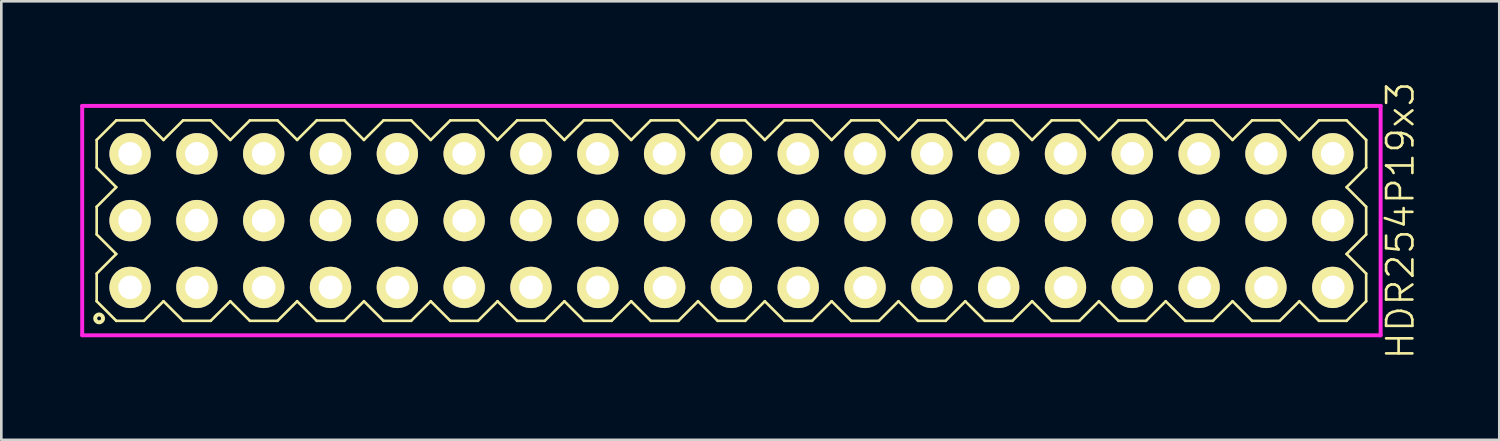
<source format=kicad_pcb>
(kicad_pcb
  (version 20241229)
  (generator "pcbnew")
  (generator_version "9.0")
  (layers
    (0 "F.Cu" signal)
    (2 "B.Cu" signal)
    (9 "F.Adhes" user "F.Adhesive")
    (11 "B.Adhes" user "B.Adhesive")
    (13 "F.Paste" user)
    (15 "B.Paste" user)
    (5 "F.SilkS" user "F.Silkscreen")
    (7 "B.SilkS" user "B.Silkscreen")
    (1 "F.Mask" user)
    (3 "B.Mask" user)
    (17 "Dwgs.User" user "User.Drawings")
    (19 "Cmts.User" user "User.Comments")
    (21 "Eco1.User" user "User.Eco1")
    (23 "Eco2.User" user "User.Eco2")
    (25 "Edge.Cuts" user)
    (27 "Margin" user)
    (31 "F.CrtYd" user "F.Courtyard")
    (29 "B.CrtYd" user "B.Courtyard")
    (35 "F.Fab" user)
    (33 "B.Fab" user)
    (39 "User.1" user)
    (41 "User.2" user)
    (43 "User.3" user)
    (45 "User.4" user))
  (footprint "HDR254P19x3"
    (layer "F.Cu")
    (at 24.755 5.336)
    (property "Reference" "HDR254P19x3" (at 25.43 0 90) (layer "F.SilkS") (effects (font (size 1 1) (thickness 0.1))))
    (attr through_hole)
    (fp_line (start -24.13 -3.066) (end -23.386 -3.81) (stroke (width 0.1) (type solid)) (layer "F.SilkS"))
    (fp_line (start -24.13 -2.014) (end -24.13 -3.066) (stroke (width 0.1) (type solid)) (layer "F.SilkS"))
    (fp_line (start -24.13 -0.526) (end -23.386 -1.27) (stroke (width 0.1) (type solid)) (layer "F.SilkS"))
    (fp_line (start -24.13 0.526) (end -24.13 -0.526) (stroke (width 0.1) (type solid)) (layer "F.SilkS"))
    (fp_line (start -24.13 2.014) (end -23.386 1.27) (stroke (width 0.1) (type solid)) (layer "F.SilkS"))
    (fp_line (start -24.13 3.066) (end -24.13 2.014) (stroke (width 0.1) (type solid)) (layer "F.SilkS"))
    (fp_line (start -23.386 -3.81) (end -22.334 -3.81) (stroke (width 0.1) (type solid)) (layer "F.SilkS"))
    (fp_line (start -23.386 -1.27) (end -24.13 -2.014) (stroke (width 0.1) (type solid)) (layer "F.SilkS"))
    (fp_line (start -23.386 1.27) (end -24.13 0.526) (stroke (width 0.1) (type solid)) (layer "F.SilkS"))
    (fp_line (start -23.386 3.81) (end -24.13 3.066) (stroke (width 0.1) (type solid)) (layer "F.SilkS"))
    (fp_line (start -22.334 -3.81) (end -21.59 -3.066) (stroke (width 0.1) (type solid)) (layer "F.SilkS"))
    (fp_line (start -22.334 3.81) (end -23.386 3.81) (stroke (width 0.1) (type solid)) (layer "F.SilkS"))
    (fp_line (start -21.59 -3.066) (end -20.846 -3.81) (stroke (width 0.1) (type solid)) (layer "F.SilkS"))
    (fp_line (start -21.59 3.066) (end -22.334 3.81) (stroke (width 0.1) (type solid)) (layer "F.SilkS"))
    (fp_line (start -20.846 -3.81) (end -19.794 -3.81) (stroke (width 0.1) (type solid)) (layer "F.SilkS"))
    (fp_line (start -20.846 3.81) (end -21.59 3.066) (stroke (width 0.1) (type solid)) (layer "F.SilkS"))
    (fp_line (start -19.794 -3.81) (end -19.05 -3.066) (stroke (width 0.1) (type solid)) (layer "F.SilkS"))
    (fp_line (start -19.794 3.81) (end -20.846 3.81) (stroke (width 0.1) (type solid)) (layer "F.SilkS"))
    (fp_line (start -19.05 -3.066) (end -18.306 -3.81) (stroke (width 0.1) (type solid)) (layer "F.SilkS"))
    (fp_line (start -19.05 3.066) (end -19.794 3.81) (stroke (width 0.1) (type solid)) (layer "F.SilkS"))
    (fp_line (start -18.306 -3.81) (end -17.254 -3.81) (stroke (width 0.1) (type solid)) (layer "F.SilkS"))
    (fp_line (start -18.306 3.81) (end -19.05 3.066) (stroke (width 0.1) (type solid)) (layer "F.SilkS"))
    (fp_line (start -17.254 -3.81) (end -16.51 -3.066) (stroke (width 0.1) (type solid)) (layer "F.SilkS"))
    (fp_line (start -17.254 3.81) (end -18.306 3.81) (stroke (width 0.1) (type solid)) (layer "F.SilkS"))
    (fp_line (start -16.51 -3.066) (end -15.766 -3.81) (stroke (width 0.1) (type solid)) (layer "F.SilkS"))
    (fp_line (start -16.51 3.066) (end -17.254 3.81) (stroke (width 0.1) (type solid)) (layer "F.SilkS"))
    (fp_line (start -15.766 -3.81) (end -14.714 -3.81) (stroke (width 0.1) (type solid)) (layer "F.SilkS"))
    (fp_line (start -15.766 3.81) (end -16.51 3.066) (stroke (width 0.1) (type solid)) (layer "F.SilkS"))
    (fp_line (start -14.714 -3.81) (end -13.97 -3.066) (stroke (width 0.1) (type solid)) (layer "F.SilkS"))
    (fp_line (start -14.714 3.81) (end -15.766 3.81) (stroke (width 0.1) (type solid)) (layer "F.SilkS"))
    (fp_line (start -13.97 -3.066) (end -13.226 -3.81) (stroke (width 0.1) (type solid)) (layer "F.SilkS"))
    (fp_line (start -13.97 3.066) (end -14.714 3.81) (stroke (width 0.1) (type solid)) (layer "F.SilkS"))
    (fp_line (start -13.226 -3.81) (end -12.174 -3.81) (stroke (width 0.1) (type solid)) (layer "F.SilkS"))
    (fp_line (start -13.226 3.81) (end -13.97 3.066) (stroke (width 0.1) (type solid)) (layer "F.SilkS"))
    (fp_line (start -12.174 -3.81) (end -11.43 -3.066) (stroke (width 0.1) (type solid)) (layer "F.SilkS"))
    (fp_line (start -12.174 3.81) (end -13.226 3.81) (stroke (width 0.1) (type solid)) (layer "F.SilkS"))
    (fp_line (start -11.43 -3.066) (end -10.686 -3.81) (stroke (width 0.1) (type solid)) (layer "F.SilkS"))
    (fp_line (start -11.43 3.066) (end -12.174 3.81) (stroke (width 0.1) (type solid)) (layer "F.SilkS"))
    (fp_line (start -10.686 -3.81) (end -9.634 -3.81) (stroke (width 0.1) (type solid)) (layer "F.SilkS"))
    (fp_line (start -10.686 3.81) (end -11.43 3.066) (stroke (width 0.1) (type solid)) (layer "F.SilkS"))
    (fp_line (start -9.634 -3.81) (end -8.89 -3.066) (stroke (width 0.1) (type solid)) (layer "F.SilkS"))
    (fp_line (start -9.634 3.81) (end -10.686 3.81) (stroke (width 0.1) (type solid)) (layer "F.SilkS"))
    (fp_line (start -8.89 -3.066) (end -8.146 -3.81) (stroke (width 0.1) (type solid)) (layer "F.SilkS"))
    (fp_line (start -8.89 3.066) (end -9.634 3.81) (stroke (width 0.1) (type solid)) (layer "F.SilkS"))
    (fp_line (start -8.146 -3.81) (end -7.094 -3.81) (stroke (width 0.1) (type solid)) (layer "F.SilkS"))
    (fp_line (start -8.146 3.81) (end -8.89 3.066) (stroke (width 0.1) (type solid)) (layer "F.SilkS"))
    (fp_line (start -7.094 -3.81) (end -6.35 -3.066) (stroke (width 0.1) (type solid)) (layer "F.SilkS"))
    (fp_line (start -7.094 3.81) (end -8.146 3.81) (stroke (width 0.1) (type solid)) (layer "F.SilkS"))
    (fp_line (start -6.35 -3.066) (end -5.606 -3.81) (stroke (width 0.1) (type solid)) (layer "F.SilkS"))
    (fp_line (start -6.35 3.066) (end -7.094 3.81) (stroke (width 0.1) (type solid)) (layer "F.SilkS"))
    (fp_line (start -5.606 -3.81) (end -4.554 -3.81) (stroke (width 0.1) (type solid)) (layer "F.SilkS"))
    (fp_line (start -5.606 3.81) (end -6.35 3.066) (stroke (width 0.1) (type solid)) (layer "F.SilkS"))
    (fp_line (start -4.554 -3.81) (end -3.81 -3.066) (stroke (width 0.1) (type solid)) (layer "F.SilkS"))
    (fp_line (start -4.554 3.81) (end -5.606 3.81) (stroke (width 0.1) (type solid)) (layer "F.SilkS"))
    (fp_line (start -3.81 -3.066) (end -3.066 -3.81) (stroke (width 0.1) (type solid)) (layer "F.SilkS"))
    (fp_line (start -3.81 3.066) (end -4.554 3.81) (stroke (width 0.1) (type solid)) (layer "F.SilkS"))
    (fp_line (start -3.066 -3.81) (end -2.014 -3.81) (stroke (width 0.1) (type solid)) (layer "F.SilkS"))
    (fp_line (start -3.066 3.81) (end -3.81 3.066) (stroke (width 0.1) (type solid)) (layer "F.SilkS"))
    (fp_line (start -2.014 -3.81) (end -1.27 -3.066) (stroke (width 0.1) (type solid)) (layer "F.SilkS"))
    (fp_line (start -2.014 3.81) (end -3.066 3.81) (stroke (width 0.1) (type solid)) (layer "F.SilkS"))
    (fp_line (start -1.27 -3.066) (end -0.526 -3.81) (stroke (width 0.1) (type solid)) (layer "F.SilkS"))
    (fp_line (start -1.27 3.066) (end -2.014 3.81) (stroke (width 0.1) (type solid)) (layer "F.SilkS"))
    (fp_line (start -0.526 -3.81) (end 0.526 -3.81) (stroke (width 0.1) (type solid)) (layer "F.SilkS"))
    (fp_line (start -0.526 3.81) (end -1.27 3.066) (stroke (width 0.1) (type solid)) (layer "F.SilkS"))
    (fp_line (start 0.526 -3.81) (end 1.27 -3.066) (stroke (width 0.1) (type solid)) (layer "F.SilkS"))
    (fp_line (start 0.526 3.81) (end -0.526 3.81) (stroke (width 0.1) (type solid)) (layer "F.SilkS"))
    (fp_line (start 1.27 -3.066) (end 2.014 -3.81) (stroke (width 0.1) (type solid)) (layer "F.SilkS"))
    (fp_line (start 1.27 3.066) (end 0.526 3.81) (stroke (width 0.1) (type solid)) (layer "F.SilkS"))
    (fp_line (start 2.014 -3.81) (end 3.066 -3.81) (stroke (width 0.1) (type solid)) (layer "F.SilkS"))
    (fp_line (start 2.014 3.81) (end 1.27 3.066) (stroke (width 0.1) (type solid)) (layer "F.SilkS"))
    (fp_line (start 3.066 -3.81) (end 3.81 -3.066) (stroke (width 0.1) (type solid)) (layer "F.SilkS"))
    (fp_line (start 3.066 3.81) (end 2.014 3.81) (stroke (width 0.1) (type solid)) (layer "F.SilkS"))
    (fp_line (start 3.81 -3.066) (end 4.554 -3.81) (stroke (width 0.1) (type solid)) (layer "F.SilkS"))
    (fp_line (start 3.81 3.066) (end 3.066 3.81) (stroke (width 0.1) (type solid)) (layer "F.SilkS"))
    (fp_line (start 4.554 -3.81) (end 5.606 -3.81) (stroke (width 0.1) (type solid)) (layer "F.SilkS"))
    (fp_line (start 4.554 3.81) (end 3.81 3.066) (stroke (width 0.1) (type solid)) (layer "F.SilkS"))
    (fp_line (start 5.606 -3.81) (end 6.35 -3.066) (stroke (width 0.1) (type solid)) (layer "F.SilkS"))
    (fp_line (start 5.606 3.81) (end 4.554 3.81) (stroke (width 0.1) (type solid)) (layer "F.SilkS"))
    (fp_line (start 6.35 -3.066) (end 7.094 -3.81) (stroke (width 0.1) (type solid)) (layer "F.SilkS"))
    (fp_line (start 6.35 3.066) (end 5.606 3.81) (stroke (width 0.1) (type solid)) (layer "F.SilkS"))
    (fp_line (start 7.094 -3.81) (end 8.146 -3.81) (stroke (width 0.1) (type solid)) (layer "F.SilkS"))
    (fp_line (start 7.094 3.81) (end 6.35 3.066) (stroke (width 0.1) (type solid)) (layer "F.SilkS"))
    (fp_line (start 8.146 -3.81) (end 8.89 -3.066) (stroke (width 0.1) (type solid)) (layer "F.SilkS"))
    (fp_line (start 8.146 3.81) (end 7.094 3.81) (stroke (width 0.1) (type solid)) (layer "F.SilkS"))
    (fp_line (start 8.89 -3.066) (end 9.634 -3.81) (stroke (width 0.1) (type solid)) (layer "F.SilkS"))
    (fp_line (start 8.89 3.066) (end 8.146 3.81) (stroke (width 0.1) (type solid)) (layer "F.SilkS"))
    (fp_line (start 9.634 -3.81) (end 10.686 -3.81) (stroke (width 0.1) (type solid)) (layer "F.SilkS"))
    (fp_line (start 9.634 3.81) (end 8.89 3.066) (stroke (width 0.1) (type solid)) (layer "F.SilkS"))
    (fp_line (start 10.686 -3.81) (end 11.43 -3.066) (stroke (width 0.1) (type solid)) (layer "F.SilkS"))
    (fp_line (start 10.686 3.81) (end 9.634 3.81) (stroke (width 0.1) (type solid)) (layer "F.SilkS"))
    (fp_line (start 11.43 -3.066) (end 12.174 -3.81) (stroke (width 0.1) (type solid)) (layer "F.SilkS"))
    (fp_line (start 11.43 3.066) (end 10.686 3.81) (stroke (width 0.1) (type solid)) (layer "F.SilkS"))
    (fp_line (start 12.174 -3.81) (end 13.226 -3.81) (stroke (width 0.1) (type solid)) (layer "F.SilkS"))
    (fp_line (start 12.174 3.81) (end 11.43 3.066) (stroke (width 0.1) (type solid)) (layer "F.SilkS"))
    (fp_line (start 13.226 -3.81) (end 13.97 -3.066) (stroke (width 0.1) (type solid)) (layer "F.SilkS"))
    (fp_line (start 13.226 3.81) (end 12.174 3.81) (stroke (width 0.1) (type solid)) (layer "F.SilkS"))
    (fp_line (start 13.97 -3.066) (end 14.714 -3.81) (stroke (width 0.1) (type solid)) (layer "F.SilkS"))
    (fp_line (start 13.97 3.066) (end 13.226 3.81) (stroke (width 0.1) (type solid)) (layer "F.SilkS"))
    (fp_line (start 14.714 -3.81) (end 15.766 -3.81) (stroke (width 0.1) (type solid)) (layer "F.SilkS"))
    (fp_line (start 14.714 3.81) (end 13.97 3.066) (stroke (width 0.1) (type solid)) (layer "F.SilkS"))
    (fp_line (start 15.766 -3.81) (end 16.51 -3.066) (stroke (width 0.1) (type solid)) (layer "F.SilkS"))
    (fp_line (start 15.766 3.81) (end 14.714 3.81) (stroke (width 0.1) (type solid)) (layer "F.SilkS"))
    (fp_line (start 16.51 -3.066) (end 17.254 -3.81) (stroke (width 0.1) (type solid)) (layer "F.SilkS"))
    (fp_line (start 16.51 3.066) (end 15.766 3.81) (stroke (width 0.1) (type solid)) (layer "F.SilkS"))
    (fp_line (start 17.254 -3.81) (end 18.306 -3.81) (stroke (width 0.1) (type solid)) (layer "F.SilkS"))
    (fp_line (start 17.254 3.81) (end 16.51 3.066) (stroke (width 0.1) (type solid)) (layer "F.SilkS"))
    (fp_line (start 18.306 -3.81) (end 19.05 -3.066) (stroke (width 0.1) (type solid)) (layer "F.SilkS"))
    (fp_line (start 18.306 3.81) (end 17.254 3.81) (stroke (width 0.1) (type solid)) (layer "F.SilkS"))
    (fp_line (start 19.05 -3.066) (end 19.794 -3.81) (stroke (width 0.1) (type solid)) (layer "F.SilkS"))
    (fp_line (start 19.05 3.066) (end 18.306 3.81) (stroke (width 0.1) (type solid)) (layer "F.SilkS"))
    (fp_line (start 19.794 -3.81) (end 20.846 -3.81) (stroke (width 0.1) (type solid)) (layer "F.SilkS"))
    (fp_line (start 19.794 3.81) (end 19.05 3.066) (stroke (width 0.1) (type solid)) (layer "F.SilkS"))
    (fp_line (start 20.846 -3.81) (end 21.59 -3.066) (stroke (width 0.1) (type solid)) (layer "F.SilkS"))
    (fp_line (start 20.846 3.81) (end 19.794 3.81) (stroke (width 0.1) (type solid)) (layer "F.SilkS"))
    (fp_line (start 21.59 -3.066) (end 22.334 -3.81) (stroke (width 0.1) (type solid)) (layer "F.SilkS"))
    (fp_line (start 21.59 3.066) (end 20.846 3.81) (stroke (width 0.1) (type solid)) (layer "F.SilkS"))
    (fp_line (start 22.334 -3.81) (end 23.386 -3.81) (stroke (width 0.1) (type solid)) (layer "F.SilkS"))
    (fp_line (start 22.334 3.81) (end 21.59 3.066) (stroke (width 0.1) (type solid)) (layer "F.SilkS"))
    (fp_line (start 23.386 -3.81) (end 24.13 -3.066) (stroke (width 0.1) (type solid)) (layer "F.SilkS"))
    (fp_line (start 23.386 -1.27) (end 24.13 -0.526) (stroke (width 0.1) (type solid)) (layer "F.SilkS"))
    (fp_line (start 23.386 1.27) (end 24.13 2.014) (stroke (width 0.1) (type solid)) (layer "F.SilkS"))
    (fp_line (start 23.386 3.81) (end 22.334 3.81) (stroke (width 0.1) (type solid)) (layer "F.SilkS"))
    (fp_line (start 24.13 -3.066) (end 24.13 -2.014) (stroke (width 0.1) (type solid)) (layer "F.SilkS"))
    (fp_line (start 24.13 -2.014) (end 23.386 -1.27) (stroke (width 0.1) (type solid)) (layer "F.SilkS"))
    (fp_line (start 24.13 -0.526) (end 24.13 0.526) (stroke (width 0.1) (type solid)) (layer "F.SilkS"))
    (fp_line (start 24.13 0.526) (end 23.386 1.27) (stroke (width 0.1) (type solid)) (layer "F.SilkS"))
    (fp_line (start 24.13 2.014) (end 24.13 3.066) (stroke (width 0.1) (type solid)) (layer "F.SilkS"))
    (fp_line (start 24.13 3.066) (end 23.386 3.81) (stroke (width 0.1) (type solid)) (layer "F.SilkS"))
    (fp_circle (center -24.037 3.718) (end -23.888 3.718) (stroke (width 0.15) (type solid)) (fill no) (layer "F.SilkS"))
    (fp_line (start -24.68 -4.36) (end -24.68 4.36) (stroke (width 0.15) (type solid)) (layer "F.CrtYd"))
    (fp_line (start -24.68 4.36) (end 24.68 4.36) (stroke (width 0.15) (type solid)) (layer "F.CrtYd"))
    (fp_line (start 24.68 -4.36) (end -24.68 -4.36) (stroke (width 0.15) (type solid)) (layer "F.CrtYd"))
    (fp_line (start 24.68 4.36) (end 24.68 -4.36) (stroke (width 0.15) (type solid)) (layer "F.CrtYd"))
    (pad "1" thru_hole oval (at -22.86 2.54) (size 1.57 1.57) (drill 0.9) (layers "*.Cu" "*.Mask" "F.SilkS"))
    (pad "2" thru_hole oval (at -22.86 0) (size 1.57 1.57) (drill 0.9) (layers "*.Cu" "*.Mask" "F.SilkS"))
    (pad "3" thru_hole oval (at -22.86 -2.54) (size 1.57 1.57) (drill 0.9) (layers "*.Cu" "*.Mask" "F.SilkS"))
    (pad "4" thru_hole oval (at -20.32 2.54) (size 1.57 1.57) (drill 0.9) (layers "*.Cu" "*.Mask" "F.SilkS"))
    (pad "5" thru_hole oval (at -20.32 0) (size 1.57 1.57) (drill 0.9) (layers "*.Cu" "*.Mask" "F.SilkS"))
    (pad "6" thru_hole oval (at -20.32 -2.54) (size 1.57 1.57) (drill 0.9) (layers "*.Cu" "*.Mask" "F.SilkS"))
    (pad "7" thru_hole oval (at -17.78 2.54) (size 1.57 1.57) (drill 0.9) (layers "*.Cu" "*.Mask" "F.SilkS"))
    (pad "8" thru_hole oval (at -17.78 0) (size 1.57 1.57) (drill 0.9) (layers "*.Cu" "*.Mask" "F.SilkS"))
    (pad "9" thru_hole oval (at -17.78 -2.54) (size 1.57 1.57) (drill 0.9) (layers "*.Cu" "*.Mask" "F.SilkS"))
    (pad "10" thru_hole oval (at -15.24 2.54) (size 1.57 1.57) (drill 0.9) (layers "*.Cu" "*.Mask" "F.SilkS"))
    (pad "11" thru_hole oval (at -15.24 0) (size 1.57 1.57) (drill 0.9) (layers "*.Cu" "*.Mask" "F.SilkS"))
    (pad "12" thru_hole oval (at -15.24 -2.54) (size 1.57 1.57) (drill 0.9) (layers "*.Cu" "*.Mask" "F.SilkS"))
    (pad "13" thru_hole oval (at -12.7 2.54) (size 1.57 1.57) (drill 0.9) (layers "*.Cu" "*.Mask" "F.SilkS"))
    (pad "14" thru_hole oval (at -12.7 0) (size 1.57 1.57) (drill 0.9) (layers "*.Cu" "*.Mask" "F.SilkS"))
    (pad "15" thru_hole oval (at -12.7 -2.54) (size 1.57 1.57) (drill 0.9) (layers "*.Cu" "*.Mask" "F.SilkS"))
    (pad "16" thru_hole oval (at -10.16 2.54) (size 1.57 1.57) (drill 0.9) (layers "*.Cu" "*.Mask" "F.SilkS"))
    (pad "17" thru_hole oval (at -10.16 0) (size 1.57 1.57) (drill 0.9) (layers "*.Cu" "*.Mask" "F.SilkS"))
    (pad "18" thru_hole oval (at -10.16 -2.54) (size 1.57 1.57) (drill 0.9) (layers "*.Cu" "*.Mask" "F.SilkS"))
    (pad "19" thru_hole oval (at -7.62 2.54) (size 1.57 1.57) (drill 0.9) (layers "*.Cu" "*.Mask" "F.SilkS"))
    (pad "20" thru_hole oval (at -7.62 0) (size 1.57 1.57) (drill 0.9) (layers "*.Cu" "*.Mask" "F.SilkS"))
    (pad "21" thru_hole oval (at -7.62 -2.54) (size 1.57 1.57) (drill 0.9) (layers "*.Cu" "*.Mask" "F.SilkS"))
    (pad "22" thru_hole oval (at -5.08 2.54) (size 1.57 1.57) (drill 0.9) (layers "*.Cu" "*.Mask" "F.SilkS"))
    (pad "23" thru_hole oval (at -5.08 0) (size 1.57 1.57) (drill 0.9) (layers "*.Cu" "*.Mask" "F.SilkS"))
    (pad "24" thru_hole oval (at -5.08 -2.54) (size 1.57 1.57) (drill 0.9) (layers "*.Cu" "*.Mask" "F.SilkS"))
    (pad "25" thru_hole oval (at -2.54 2.54) (size 1.57 1.57) (drill 0.9) (layers "*.Cu" "*.Mask" "F.SilkS"))
    (pad "26" thru_hole oval (at -2.54 0) (size 1.57 1.57) (drill 0.9) (layers "*.Cu" "*.Mask" "F.SilkS"))
    (pad "27" thru_hole oval (at -2.54 -2.54) (size 1.57 1.57) (drill 0.9) (layers "*.Cu" "*.Mask" "F.SilkS"))
    (pad "28" thru_hole oval (at 0 2.54) (size 1.57 1.57) (drill 0.9) (layers "*.Cu" "*.Mask" "F.SilkS"))
    (pad "29" thru_hole oval (at 0 0) (size 1.57 1.57) (drill 0.9) (layers "*.Cu" "*.Mask" "F.SilkS"))
    (pad "30" thru_hole oval (at 0 -2.54) (size 1.57 1.57) (drill 0.9) (layers "*.Cu" "*.Mask" "F.SilkS"))
    (pad "31" thru_hole oval (at 2.54 2.54) (size 1.57 1.57) (drill 0.9) (layers "*.Cu" "*.Mask" "F.SilkS"))
    (pad "32" thru_hole oval (at 2.54 0) (size 1.57 1.57) (drill 0.9) (layers "*.Cu" "*.Mask" "F.SilkS"))
    (pad "33" thru_hole oval (at 2.54 -2.54) (size 1.57 1.57) (drill 0.9) (layers "*.Cu" "*.Mask" "F.SilkS"))
    (pad "34" thru_hole oval (at 5.08 2.54) (size 1.57 1.57) (drill 0.9) (layers "*.Cu" "*.Mask" "F.SilkS"))
    (pad "35" thru_hole oval (at 5.08 0) (size 1.57 1.57) (drill 0.9) (layers "*.Cu" "*.Mask" "F.SilkS"))
    (pad "36" thru_hole oval (at 5.08 -2.54) (size 1.57 1.57) (drill 0.9) (layers "*.Cu" "*.Mask" "F.SilkS"))
    (pad "37" thru_hole oval (at 7.62 2.54) (size 1.57 1.57) (drill 0.9) (layers "*.Cu" "*.Mask" "F.SilkS"))
    (pad "38" thru_hole oval (at 7.62 0) (size 1.57 1.57) (drill 0.9) (layers "*.Cu" "*.Mask" "F.SilkS"))
    (pad "39" thru_hole oval (at 7.62 -2.54) (size 1.57 1.57) (drill 0.9) (layers "*.Cu" "*.Mask" "F.SilkS"))
    (pad "40" thru_hole oval (at 10.16 2.54) (size 1.57 1.57) (drill 0.9) (layers "*.Cu" "*.Mask" "F.SilkS"))
    (pad "41" thru_hole oval (at 10.16 0) (size 1.57 1.57) (drill 0.9) (layers "*.Cu" "*.Mask" "F.SilkS"))
    (pad "42" thru_hole oval (at 10.16 -2.54) (size 1.57 1.57) (drill 0.9) (layers "*.Cu" "*.Mask" "F.SilkS"))
    (pad "43" thru_hole oval (at 12.7 2.54) (size 1.57 1.57) (drill 0.9) (layers "*.Cu" "*.Mask" "F.SilkS"))
    (pad "44" thru_hole oval (at 12.7 0) (size 1.57 1.57) (drill 0.9) (layers "*.Cu" "*.Mask" "F.SilkS"))
    (pad "45" thru_hole oval (at 12.7 -2.54) (size 1.57 1.57) (drill 0.9) (layers "*.Cu" "*.Mask" "F.SilkS"))
    (pad "46" thru_hole oval (at 15.24 2.54) (size 1.57 1.57) (drill 0.9) (layers "*.Cu" "*.Mask" "F.SilkS"))
    (pad "47" thru_hole oval (at 15.24 0) (size 1.57 1.57) (drill 0.9) (layers "*.Cu" "*.Mask" "F.SilkS"))
    (pad "48" thru_hole oval (at 15.24 -2.54) (size 1.57 1.57) (drill 0.9) (layers "*.Cu" "*.Mask" "F.SilkS"))
    (pad "49" thru_hole oval (at 17.78 2.54) (size 1.57 1.57) (drill 0.9) (layers "*.Cu" "*.Mask" "F.SilkS"))
    (pad "50" thru_hole oval (at 17.78 0) (size 1.57 1.57) (drill 0.9) (layers "*.Cu" "*.Mask" "F.SilkS"))
    (pad "51" thru_hole oval (at 17.78 -2.54) (size 1.57 1.57) (drill 0.9) (layers "*.Cu" "*.Mask" "F.SilkS"))
    (pad "52" thru_hole oval (at 20.32 2.54) (size 1.57 1.57) (drill 0.9) (layers "*.Cu" "*.Mask" "F.SilkS"))
    (pad "53" thru_hole oval (at 20.32 0) (size 1.57 1.57) (drill 0.9) (layers "*.Cu" "*.Mask" "F.SilkS"))
    (pad "54" thru_hole oval (at 20.32 -2.54) (size 1.57 1.57) (drill 0.9) (layers "*.Cu" "*.Mask" "F.SilkS"))
    (pad "55" thru_hole oval (at 22.86 2.54) (size 1.57 1.57) (drill 0.9) (layers "*.Cu" "*.Mask" "F.SilkS"))
    (pad "56" thru_hole oval (at 22.86 0) (size 1.57 1.57) (drill 0.9) (layers "*.Cu" "*.Mask" "F.SilkS"))
    (pad "57" thru_hole oval (at 22.86 -2.54) (size 1.57 1.57) (drill 0.9) (layers "*.Cu" "*.Mask" "F.SilkS")))
  (gr_rect
    (start -3 -3)
    (end 53.946 13.671)
    (stroke (width 0.1) (type default))
    (fill no)
    (layer "Edge.Cuts")))
</source>
